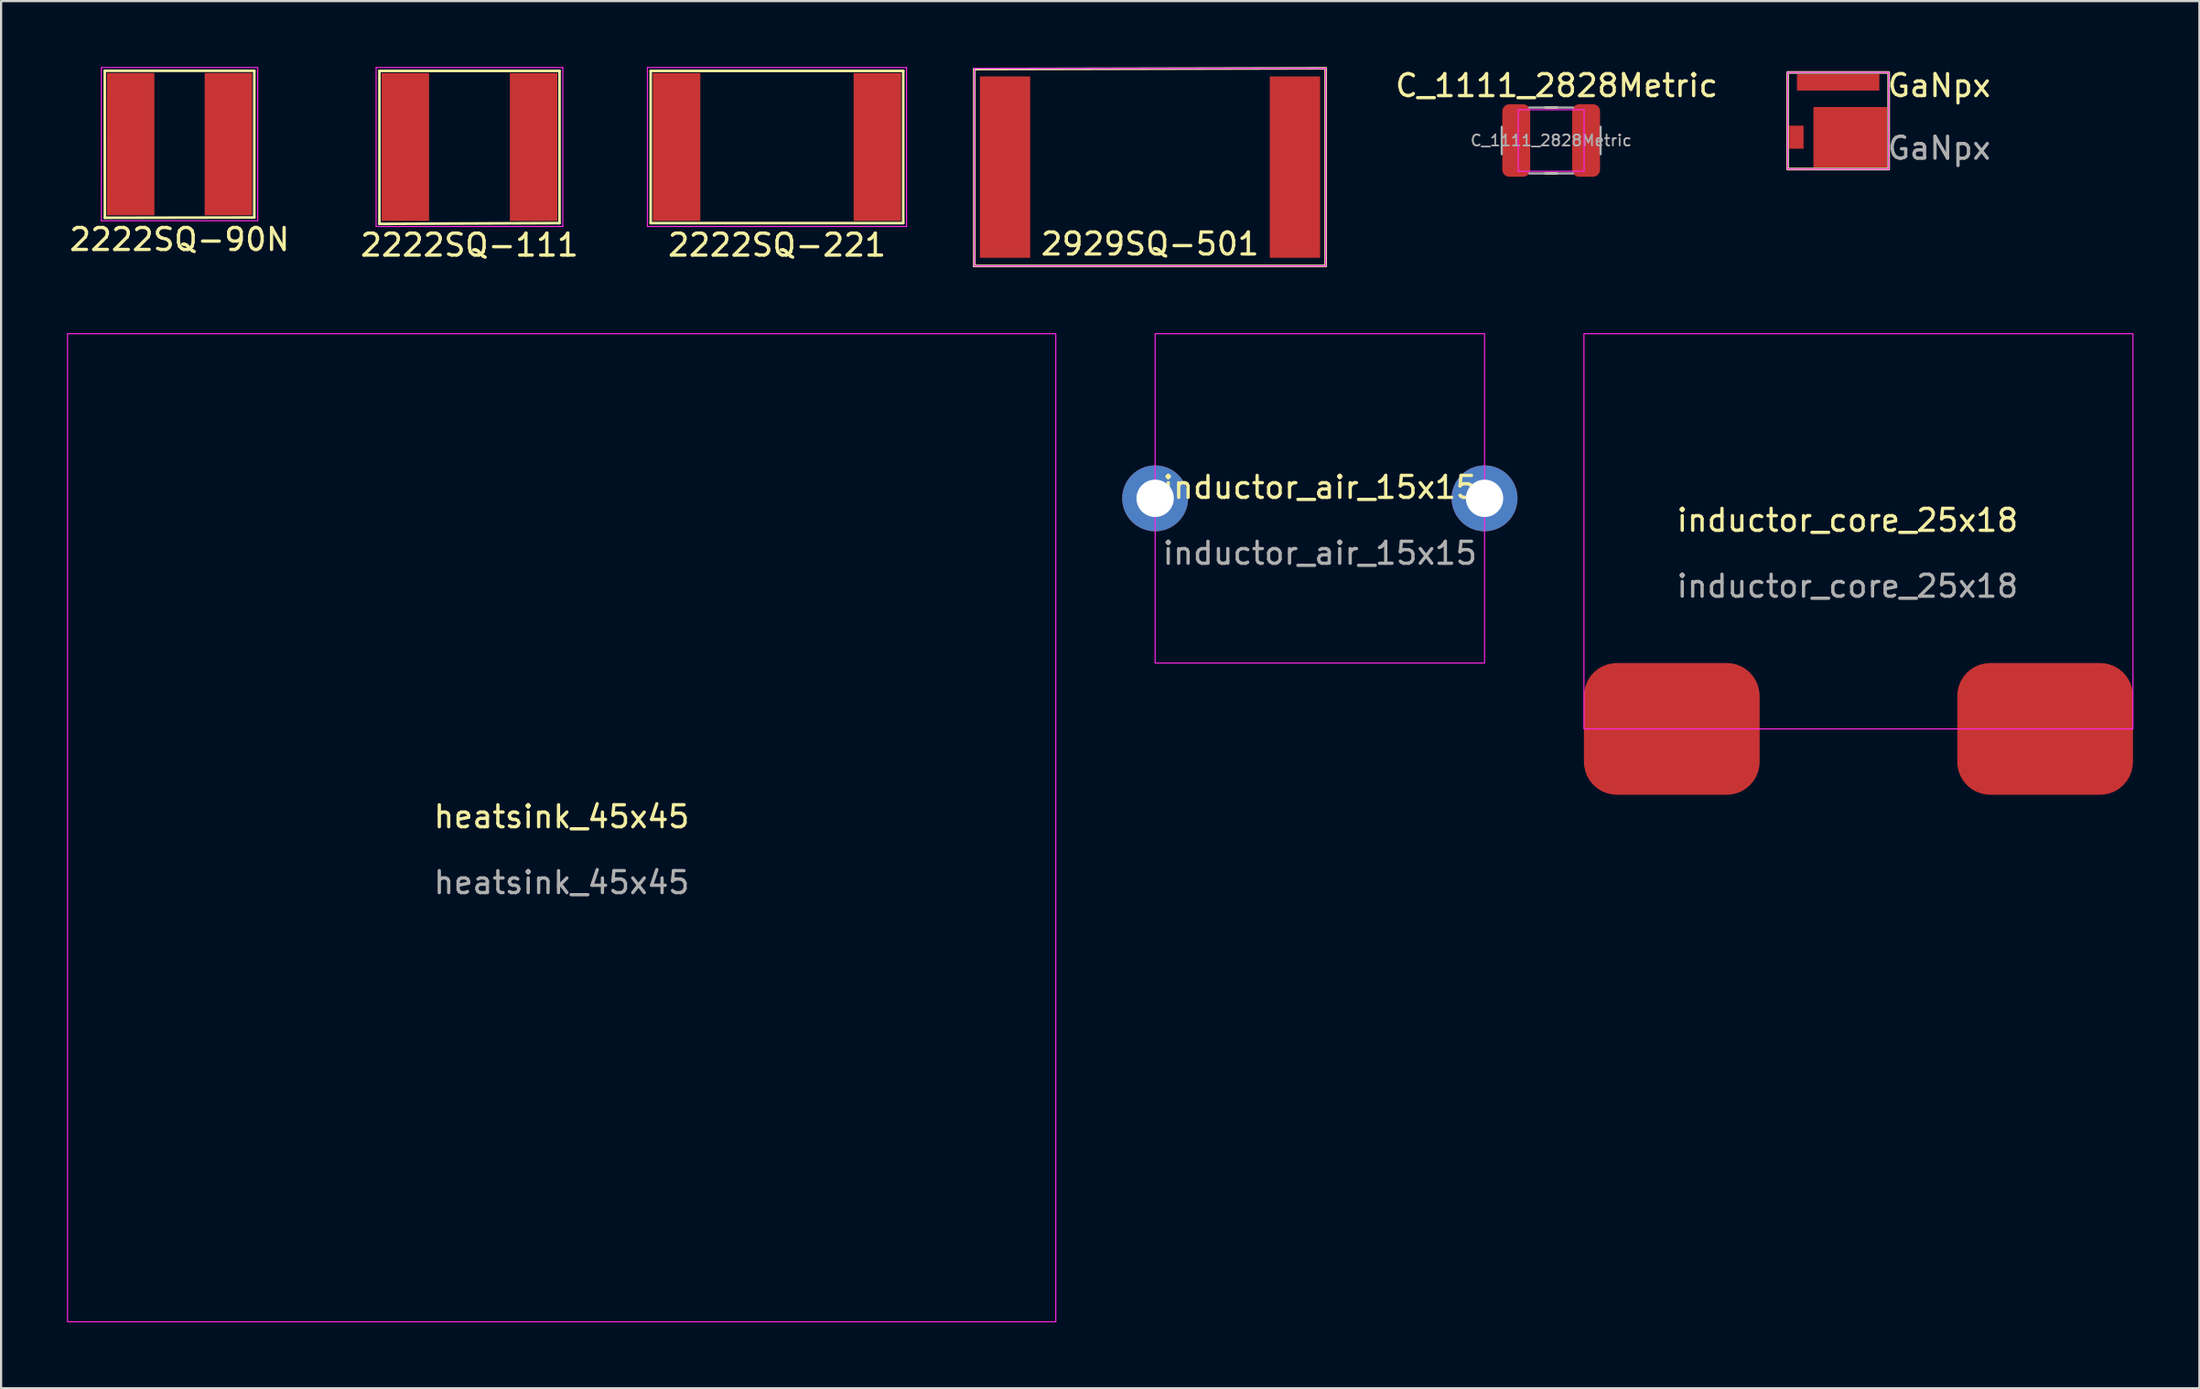
<source format=kicad_pcb>
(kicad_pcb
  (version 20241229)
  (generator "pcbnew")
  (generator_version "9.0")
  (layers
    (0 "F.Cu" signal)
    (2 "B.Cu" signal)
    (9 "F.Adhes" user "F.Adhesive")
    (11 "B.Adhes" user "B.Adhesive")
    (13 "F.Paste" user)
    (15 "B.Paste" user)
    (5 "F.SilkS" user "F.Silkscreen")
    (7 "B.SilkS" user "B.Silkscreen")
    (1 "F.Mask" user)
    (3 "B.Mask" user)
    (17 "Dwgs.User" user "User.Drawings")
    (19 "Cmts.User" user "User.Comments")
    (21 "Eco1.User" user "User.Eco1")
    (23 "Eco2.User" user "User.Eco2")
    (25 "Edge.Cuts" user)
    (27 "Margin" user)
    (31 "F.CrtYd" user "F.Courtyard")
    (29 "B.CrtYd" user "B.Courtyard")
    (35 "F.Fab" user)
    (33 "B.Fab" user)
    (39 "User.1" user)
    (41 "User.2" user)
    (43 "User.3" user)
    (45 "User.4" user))
  (footprint "heatsink_45x45"
    (layer "F.Cu")
    (at 22.525 34.645)
    (property "Reference" "heatsink_45x45" (at 0 -0.5 0) (unlocked yes) (layer "F.SilkS") (effects (font (size 1 1) (thickness 0.15))))
    (fp_rect (start 22.5 22.5) (end -22.5 -22.5) (stroke (width 0.05) (type solid)) (fill no) (layer "F.CrtYd"))
    (fp_text user "${REFERENCE}" (at 0 2.5 0) (unlocked yes) (layer "F.Fab") (effects (font (size 1 1) (thickness 0.15)))))
  (footprint "2222SQ-90N"
    (layer "F.Cu")
    (at 5.125 3.515)
    (property "Reference" "2222SQ-90N" (at 0 4.34 0) (layer "F.SilkS") (effects (font (size 1 1) (thickness 0.15))))
    (attr through_hole)
    (fp_line (start -3.405 -3.34) (end 3.405 -3.34) (stroke (width 0.12) (type solid)) (layer "F.SilkS"))
    (fp_line (start -3.4 3.353) (end -3.405 -3.34) (stroke (width 0.12) (type solid)) (layer "F.SilkS"))
    (fp_line (start 3.405 -3.34) (end 3.405 3.34) (stroke (width 0.12) (type solid)) (layer "F.SilkS"))
    (fp_line (start 3.405 3.34) (end -3.4 3.353) (stroke (width 0.12) (type solid)) (layer "F.SilkS"))
    (fp_line (start -3.56 -3.49) (end 3.56 -3.49) (stroke (width 0.05) (type solid)) (layer "F.CrtYd"))
    (fp_line (start -3.56 3.49) (end -3.56 -3.49) (stroke (width 0.05) (type solid)) (layer "F.CrtYd"))
    (fp_line (start 3.56 -3.49) (end 3.56 3.49) (stroke (width 0.05) (type solid)) (layer "F.CrtYd"))
    (fp_line (start 3.56 3.49) (end -3.56 3.49) (stroke (width 0.05) (type solid)) (layer "F.CrtYd"))
    (pad "1" smd rect (at -2.225 0) (size 2.16 6.48) (layers "F.Cu" "F.Mask" "F.Paste"))
    (pad "2" smd rect (at 2.225 0) (size 2.16 6.48) (layers "F.Cu" "F.Mask" "F.Paste")))
  (footprint "C_1111_2828Metric"
    (layer "F.Cu")
    (at 67.583 3.348)
    (property "Reference" "C_1111_2828Metric" (at 0.25 -2.5 0) (layer "F.SilkS") (effects (font (size 1 1) (thickness 0.15))))
    (attr smd)
    (fp_line (start -0.261 -1.5) (end 0.261 -1.5) (stroke (width 0.12) (type solid)) (layer "F.SilkS"))
    (fp_line (start -0.261 1.5) (end 0.261 1.5) (stroke (width 0.12) (type solid)) (layer "F.SilkS"))
    (fp_rect (start -1.5 -1.4) (end 1.5 1.4) (stroke (width 0.05) (type solid)) (fill no) (layer "F.CrtYd"))
    (fp_line (start -2.25 0.625) (end -2.25 -0.625) (stroke (width 0.1) (type solid)) (layer "F.Fab"))
    (fp_line (start -1 -1.5) (end 1 -1.5) (stroke (width 0.1) (type solid)) (layer "F.Fab"))
    (fp_line (start 1 1.5) (end -1 1.5) (stroke (width 0.1) (type solid)) (layer "F.Fab"))
    (fp_line (start 2.25 -0.625) (end 2.25 0.625) (stroke (width 0.1) (type solid)) (layer "F.Fab"))
    (fp_text user "${REFERENCE}" (at 0 0 0) (layer "F.Fab") (effects (font (size 0.5 0.5) (thickness 0.08))))
    (pad "1" smd roundrect (at -1.59 0) (size 1.27 3.3) (layers "F.Cu" "F.Mask" "F.Paste") (roundrect_rratio 0.25))
    (pad "2" smd roundrect (at 1.59 0) (size 1.27 3.3) (layers "F.Cu" "F.Mask" "F.Paste") (roundrect_rratio 0.25)))
  (footprint "2929SQ-501"
    (layer "F.Cu")
    (at 49.315 4.56)
    (property "Reference" "2929SQ-501" (at 0 3.5 0) (layer "F.SilkS") (effects (font (size 1 1) (thickness 0.15))))
    (attr through_hole)
    (fp_line (start -8 -4.465) (end 8 -4.5) (stroke (width 0.12) (type solid)) (layer "F.SilkS"))
    (fp_line (start -8 4.5) (end -8 -4.465) (stroke (width 0.12) (type solid)) (layer "F.SilkS"))
    (fp_line (start 8 -4.465) (end 8 4.5) (stroke (width 0.12) (type solid)) (layer "F.SilkS"))
    (fp_line (start 8 4.5) (end -8 4.5) (stroke (width 0.12) (type solid)) (layer "F.SilkS"))
    (fp_line (start -8 -4.5) (end 8 -4.5) (stroke (width 0.05) (type solid)) (layer "F.CrtYd"))
    (fp_line (start -8 4.5) (end -8 -4.5) (stroke (width 0.05) (type solid)) (layer "F.CrtYd"))
    (fp_line (start 8 -4.5) (end 8 4.5) (stroke (width 0.05) (type solid)) (layer "F.CrtYd"))
    (fp_line (start 8 4.5) (end -8 4.5) (stroke (width 0.05) (type solid)) (layer "F.CrtYd"))
    (pad "1" smd rect (at -6.6 0) (size 2.29 8.26) (layers "F.Cu" "F.Mask" "F.Paste"))
    (pad "2" smd rect (at 6.6 0) (size 2.29 8.26) (layers "F.Cu" "F.Mask" "F.Paste")))
  (footprint "GaNpx"
    (layer "F.Cu")
    (at 80.651 2.448)
    (property "Reference" "GaNpx" (at 4.6 -1.6 0) (unlocked yes) (layer "F.SilkS") (effects (font (size 1 1) (thickness 0.15))))
    (attr smd)
    (fp_rect (start -2.3 -2.2) (end 2.3 2.2) (stroke (width 0.12) (type solid)) (fill no) (layer "F.SilkS"))
    (fp_rect (start -2.3 -2.2) (end 2.3 2.2) (stroke (width 0.05) (type solid)) (fill no) (layer "F.CrtYd"))
    (fp_text user "${REFERENCE}" (at 4.6 1.25 0) (unlocked yes) (layer "F.Fab") (effects (font (size 1 1) (thickness 0.15))))
    (pad "1" smd rect (at 0 -1.75) (size 3.75 0.75) (layers "F.Cu" "F.Mask" "F.Paste"))
    (pad "2" smd rect (at -1.9 0.75) (size 0.65 1.05) (layers "F.Cu" "F.Mask" "F.Paste"))
    (pad "3" smd rect (at 0.55 0.75) (size 3.35 2.75) (layers "F.Cu" "F.Mask" "F.Paste")))
  (footprint "2222SQ-111"
    (layer "F.Cu")
    (at 18.327 3.645)
    (property "Reference" "2222SQ-111" (at 0 4.465 0) (layer "F.SilkS") (effects (font (size 1 1) (thickness 0.15))))
    (attr through_hole)
    (fp_line (start -4.1 -3.465) (end 4.1 -3.465) (stroke (width 0.12) (type solid)) (layer "F.SilkS"))
    (fp_line (start -4.1 3.5) (end -4.1 -3.465) (stroke (width 0.12) (type solid)) (layer "F.SilkS"))
    (fp_line (start 4.1 -3.465) (end 4.1 3.465) (stroke (width 0.12) (type solid)) (layer "F.SilkS"))
    (fp_line (start 4.1 3.465) (end -4.1 3.5) (stroke (width 0.12) (type solid)) (layer "F.SilkS"))
    (fp_line (start -4.25 -3.62) (end 4.25 -3.62) (stroke (width 0.05) (type solid)) (layer "F.CrtYd"))
    (fp_line (start -4.25 3.62) (end -4.25 -3.62) (stroke (width 0.05) (type solid)) (layer "F.CrtYd"))
    (fp_line (start 4.25 -3.62) (end 4.25 3.62) (stroke (width 0.05) (type solid)) (layer "F.CrtYd"))
    (fp_line (start 4.25 3.62) (end -4.25 3.62) (stroke (width 0.05) (type solid)) (layer "F.CrtYd"))
    (pad "1" smd rect (at -2.92 0) (size 2.16 6.73) (layers "F.Cu" "F.Mask" "F.Paste"))
    (pad "2" smd rect (at 2.92 0) (size 2.16 6.73) (layers "F.Cu" "F.Mask" "F.Paste")))
  (footprint "2222SQ-221"
    (layer "F.Cu")
    (at 32.33 3.645)
    (property "Reference" "2222SQ-221" (at 0 4.465 0) (layer "F.SilkS") (effects (font (size 1 1) (thickness 0.15))))
    (attr through_hole)
    (fp_line (start -5.75 -3.465) (end 5.75 -3.465) (stroke (width 0.12) (type solid)) (layer "F.SilkS"))
    (fp_line (start -5.75 3.465) (end -5.75 -3.465) (stroke (width 0.12) (type solid)) (layer "F.SilkS"))
    (fp_line (start 5.75 -3.465) (end 5.75 3.465) (stroke (width 0.12) (type solid)) (layer "F.SilkS"))
    (fp_line (start 5.75 3.465) (end -5.75 3.465) (stroke (width 0.12) (type solid)) (layer "F.SilkS"))
    (fp_line (start -5.9 -3.62) (end 5.9 -3.62) (stroke (width 0.05) (type solid)) (layer "F.CrtYd"))
    (fp_line (start -5.9 3.62) (end -5.9 -3.62) (stroke (width 0.05) (type solid)) (layer "F.CrtYd"))
    (fp_line (start 5.9 -3.62) (end 5.9 3.62) (stroke (width 0.05) (type solid)) (layer "F.CrtYd"))
    (fp_line (start 5.9 3.62) (end -5.9 3.62) (stroke (width 0.05) (type solid)) (layer "F.CrtYd"))
    (pad "1" smd rect (at -4.57 0) (size 2.16 6.73) (layers "F.Cu" "F.Mask" "F.Paste"))
    (pad "2" smd rect (at 4.57 0) (size 2.16 6.73) (layers "F.Cu" "F.Mask" "F.Paste")))
  (footprint "inductor_air_15x15"
    (layer "F.Cu")
    (at 57.05 19.645)
    (property "Reference" "inductor_air_15x15" (at 0 -0.5 0) (unlocked yes) (layer "F.SilkS") (effects (font (size 1 1) (thickness 0.15))))
    (attr smd)
    (fp_rect (start -7.5 -7.5) (end 7.5 7.5) (stroke (width 0.05) (type solid)) (fill no) (layer "F.CrtYd"))
    (fp_text user "${REFERENCE}" (at 0 2.5 0) (unlocked yes) (layer "F.Fab") (effects (font (size 1 1) (thickness 0.15))))
    (pad "1" thru_hole circle (at -7.5 0) (size 3 3) (drill 1.7) (layers "*.Cu" "*.Mask"))
    (pad "2" thru_hole circle (at 7.5 0) (size 3 3) (drill 1.7) (layers "*.Cu" "*.Mask")))
  (footprint "inductor_core_25x18"
    (layer "F.Cu")
    (at 81.075 21.145)
    (property "Reference" "inductor_core_25x18" (at 0 -0.5 0) (unlocked yes) (layer "F.SilkS") (effects (font (size 1 1) (thickness 0.15))))
    (attr smd)
    (fp_rect (start -12 9) (end 13 -9) (stroke (width 0.05) (type solid)) (fill no) (layer "F.CrtYd"))
    (fp_text user "${REFERENCE}" (at 0 2.5 0) (unlocked yes) (layer "F.Fab") (effects (font (size 1 1) (thickness 0.15))))
    (pad "1" smd roundrect (at -8 9) (size 8 6) (layers "F.Cu" "F.Mask" "F.Paste") (roundrect_rratio 0.25))
    (pad "2" smd roundrect (at 9 9) (size 8 6) (layers "F.Cu" "F.Mask" "F.Paste") (roundrect_rratio 0.25)))
  (gr_rect
    (start -3 -3)
    (end 97.1 60.17)
    (stroke (width 0.1) (type default))
    (fill no)
    (layer "Edge.Cuts")))
</source>
